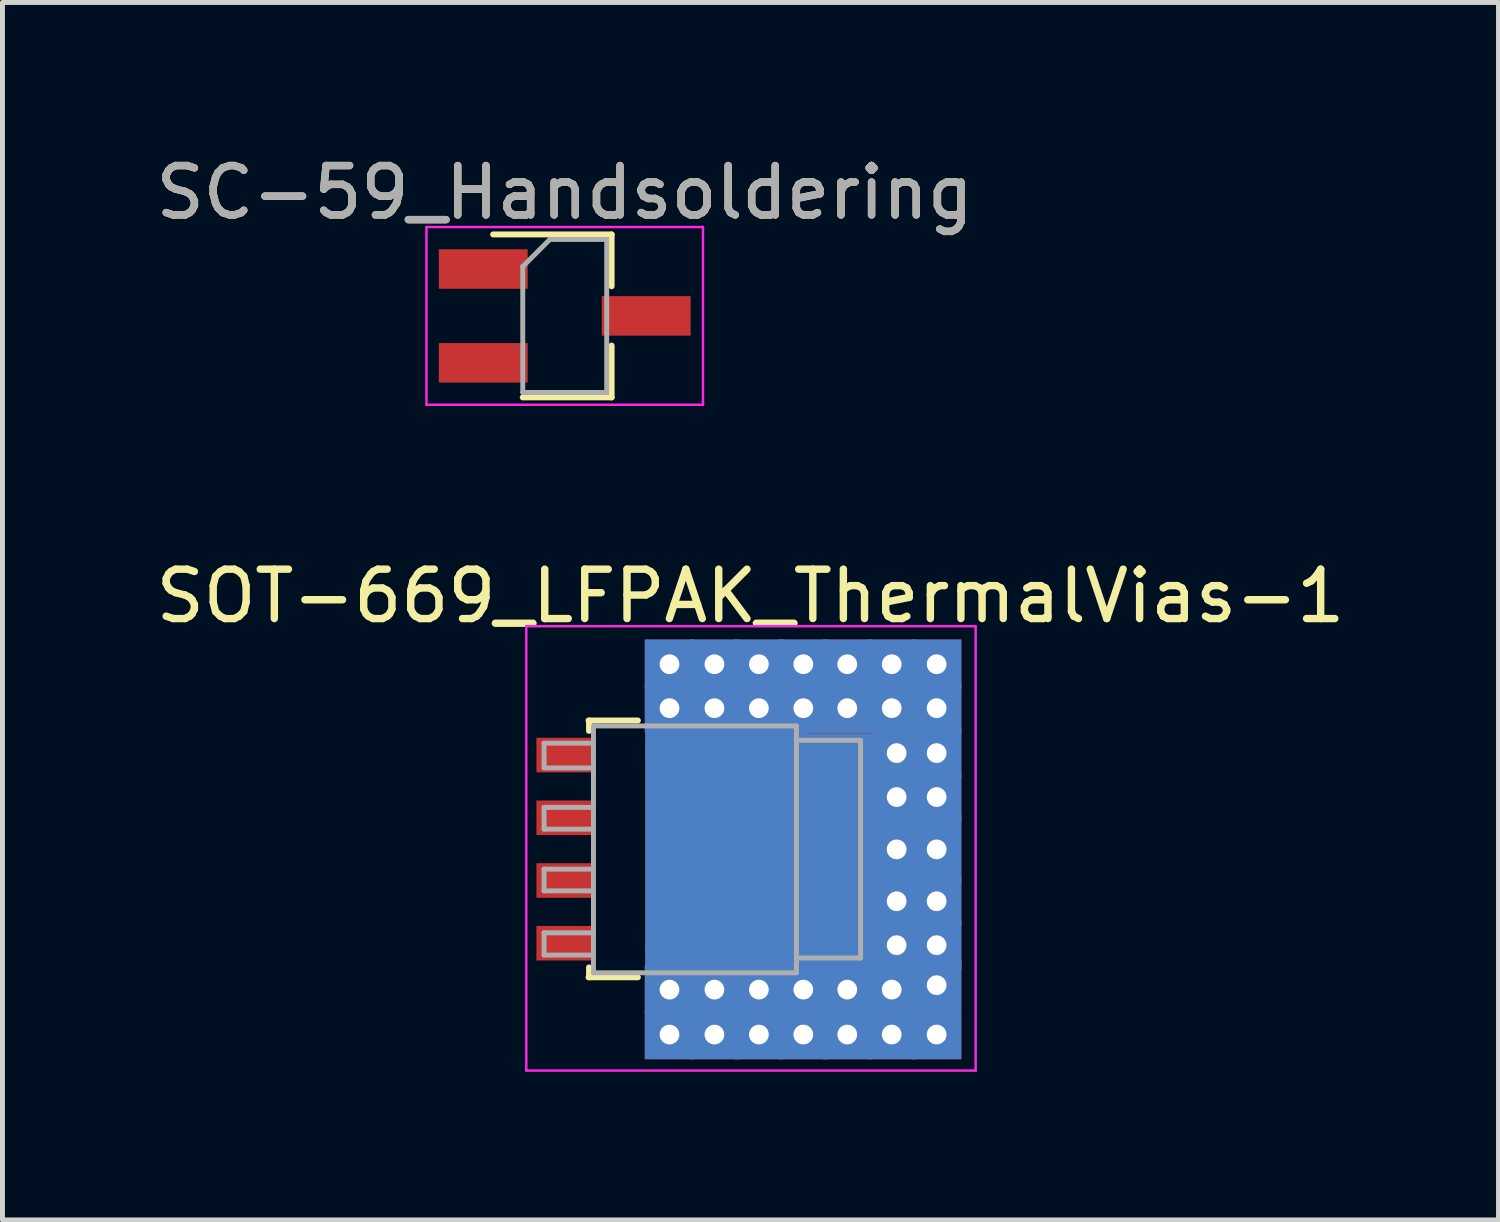
<source format=kicad_pcb>
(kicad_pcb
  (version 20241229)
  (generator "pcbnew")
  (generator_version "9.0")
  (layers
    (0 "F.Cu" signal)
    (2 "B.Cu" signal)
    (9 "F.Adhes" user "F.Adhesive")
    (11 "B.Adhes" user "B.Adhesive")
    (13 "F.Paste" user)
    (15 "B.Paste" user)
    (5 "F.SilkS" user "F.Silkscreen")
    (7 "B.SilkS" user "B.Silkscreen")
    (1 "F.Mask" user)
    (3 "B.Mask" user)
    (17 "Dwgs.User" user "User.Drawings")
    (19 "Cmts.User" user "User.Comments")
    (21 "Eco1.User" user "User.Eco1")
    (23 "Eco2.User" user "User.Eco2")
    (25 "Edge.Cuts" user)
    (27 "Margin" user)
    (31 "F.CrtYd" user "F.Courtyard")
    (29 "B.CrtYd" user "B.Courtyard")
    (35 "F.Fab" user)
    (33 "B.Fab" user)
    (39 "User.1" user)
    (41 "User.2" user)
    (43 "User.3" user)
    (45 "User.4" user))
  (footprint "SC-59_Handsoldering"
    (layer "F.Cu")
    (at 8.387 3.348)
    (property "Reference" "SC-59_Handsoldering" (at 0 -2.5 0) (layer "F.SilkS") (effects (font (size 1 1) (thickness 0.15))))
    (attr smd)
    (fp_line (start -1.45 -1.65) (end 0.95 -1.65) (stroke (width 0.12) (type solid)) (layer "F.SilkS"))
    (fp_line (start -0.85 1.65) (end 0.95 1.65) (stroke (width 0.12) (type solid)) (layer "F.SilkS"))
    (fp_line (start 0.95 -1.65) (end 0.95 -0.6) (stroke (width 0.12) (type solid)) (layer "F.SilkS"))
    (fp_line (start 0.95 1.65) (end 0.95 0.6) (stroke (width 0.12) (type solid)) (layer "F.SilkS"))
    (fp_line (start -2.8 -1.8) (end -2.8 1.8) (stroke (width 0.05) (type solid)) (layer "F.CrtYd"))
    (fp_line (start -2.8 -1.8) (end 2.8 -1.8) (stroke (width 0.05) (type solid)) (layer "F.CrtYd"))
    (fp_line (start 2.8 1.8) (end -2.8 1.8) (stroke (width 0.05) (type solid)) (layer "F.CrtYd"))
    (fp_line (start 2.8 1.8) (end 2.8 -1.8) (stroke (width 0.05) (type solid)) (layer "F.CrtYd"))
    (fp_line (start -0.85 1.55) (end -0.85 -1) (stroke (width 0.1) (type solid)) (layer "F.Fab"))
    (fp_line (start -0.85 1.55) (end 0.85 1.55) (stroke (width 0.1) (type solid)) (layer "F.Fab"))
    (fp_line (start -0.3 -1.55) (end -0.85 -1) (stroke (width 0.1) (type solid)) (layer "F.Fab"))
    (fp_line (start -0.3 -1.55) (end 0.85 -1.55) (stroke (width 0.1) (type solid)) (layer "F.Fab"))
    (fp_line (start 0.85 -1.52) (end 0.85 1.52) (stroke (width 0.1) (type solid)) (layer "F.Fab"))
    (fp_text user "${REFERENCE}" (at 0 -2.5 0) (layer "F.Fab") (effects (font (size 1 1) (thickness 0.15))))
    (pad "1" smd rect (at -1.65 -0.95) (size 1.8 0.8) (layers "F.Cu" "F.Mask" "F.Paste"))
    (pad "2" smd rect (at -1.65 0.95) (size 1.8 0.8) (layers "F.Cu" "F.Mask" "F.Paste"))
    (pad "3" smd rect (at 1.65 0) (size 1.8 0.8) (layers "F.Cu" "F.Mask" "F.Paste")))
  (footprint "SOT-669_LFPAK_ThermalVias-1"
    (layer "F.Cu")
    (at 8.389 12.242)
    (property "Reference" "SOT-669_LFPAK_ThermalVias-1" (at 3.76 -3.22 0) (layer "F.SilkS") (effects (font (size 1 1) (thickness 0.15))))
    (attr through_hole)
    (fp_line (start 0.48 -0.7) (end 1.48 -0.7) (stroke (width 0.12) (type solid)) (layer "F.SilkS"))
    (fp_line (start 0.48 4.5) (end 1.48 4.5) (stroke (width 0.12) (type solid)) (layer "F.SilkS"))
    (fp_line (start 0.49 -0.7) (end 0.49 -0.49) (stroke (width 0.12) (type solid)) (layer "F.SilkS"))
    (fp_line (start 0.49 4.3) (end 0.49 4.5) (stroke (width 0.12) (type solid)) (layer "F.SilkS"))
    (fp_line (start -0.78 6.39) (end -0.78 -2.61) (stroke (width 0.05) (type solid)) (layer "F.CrtYd"))
    (fp_line (start -0.78 6.39) (end 8.32 6.39) (stroke (width 0.05) (type solid)) (layer "F.CrtYd"))
    (fp_line (start 8.32 -2.61) (end -0.78 -2.61) (stroke (width 0.05) (type solid)) (layer "F.CrtYd"))
    (fp_line (start 8.32 -2.61) (end 8.32 6.39) (stroke (width 0.05) (type solid)) (layer "F.CrtYd"))
    (fp_line (start -0.42 -0.24) (end -0.42 0.26) (stroke (width 0.1) (type solid)) (layer "F.Fab"))
    (fp_line (start -0.42 -0.24) (end 0.58 -0.24) (stroke (width 0.1) (type solid)) (layer "F.Fab"))
    (fp_line (start -0.42 0.26) (end 0.58 0.26) (stroke (width 0.1) (type solid)) (layer "F.Fab"))
    (fp_line (start -0.42 1.06) (end -0.42 1.5) (stroke (width 0.1) (type solid)) (layer "F.Fab"))
    (fp_line (start -0.42 1.5) (end 0.58 1.5) (stroke (width 0.1) (type solid)) (layer "F.Fab"))
    (fp_line (start -0.42 2.31) (end -0.42 2.75) (stroke (width 0.1) (type solid)) (layer "F.Fab"))
    (fp_line (start -0.42 2.75) (end 0.58 2.75) (stroke (width 0.1) (type solid)) (layer "F.Fab"))
    (fp_line (start -0.42 3.6) (end -0.42 4.05) (stroke (width 0.1) (type solid)) (layer "F.Fab"))
    (fp_line (start -0.42 4.05) (end 0.58 4.05) (stroke (width 0.1) (type solid)) (layer "F.Fab"))
    (fp_line (start 0.58 -0.59) (end 0.58 4.41) (stroke (width 0.1) (type solid)) (layer "F.Fab"))
    (fp_line (start 0.58 1.06) (end -0.42 1.06) (stroke (width 0.1) (type solid)) (layer "F.Fab"))
    (fp_line (start 0.58 2.31) (end -0.42 2.31) (stroke (width 0.1) (type solid)) (layer "F.Fab"))
    (fp_line (start 0.58 3.6) (end -0.42 3.6) (stroke (width 0.1) (type solid)) (layer "F.Fab"))
    (fp_line (start 0.58 4.41) (end 4.69 4.41) (stroke (width 0.1) (type solid)) (layer "F.Fab"))
    (fp_line (start 4.69 -0.59) (end 0.58 -0.59) (stroke (width 0.1) (type solid)) (layer "F.Fab"))
    (fp_line (start 4.69 4.41) (end 4.69 -0.59) (stroke (width 0.1) (type solid)) (layer "F.Fab"))
    (fp_line (start 5.99 -0.3) (end 4.69 -0.3) (stroke (width 0.1) (type solid)) (layer "F.Fab"))
    (fp_line (start 5.99 -0.3) (end 5.99 4.11) (stroke (width 0.1) (type solid)) (layer "F.Fab"))
    (fp_line (start 5.99 4.11) (end 4.69 4.11) (stroke (width 0.1) (type solid)) (layer "F.Fab"))
    (pad "" smd rect (at 2.18 0.76) (size 0.6 0.9) (layers "F.Paste"))
    (pad "" smd rect (at 2.18 1.91) (size 0.6 0.9) (layers "F.Paste"))
    (pad "" smd rect (at 2.18 3.05) (size 0.6 0.9) (layers "F.Paste"))
    (pad "" smd rect (at 3.03 0.76) (size 0.6 0.9) (layers "F.Paste"))
    (pad "" smd rect (at 3.03 1.91) (size 0.6 0.9) (layers "F.Paste"))
    (pad "" smd rect (at 3.03 3.05) (size 0.6 0.9) (layers "F.Paste"))
    (pad "" smd rect (at 3.88 0.76) (size 0.6 0.9) (layers "F.Paste"))
    (pad "" smd rect (at 3.88 1.91) (size 0.6 0.9) (layers "F.Paste"))
    (pad "" smd rect (at 3.88 3.05) (size 0.6 0.9) (layers "F.Paste"))
    (pad "" smd rect (at 5.72 0.03 270) (size 0.6 0.9) (layers "F.Paste"))
    (pad "" smd rect (at 5.72 1.31 270) (size 0.6 0.9) (layers "F.Paste"))
    (pad "" smd rect (at 5.72 2.5 270) (size 0.6 0.9) (layers "F.Paste"))
    (pad "" smd rect (at 5.72 3.78 270) (size 0.6 0.9) (layers "F.Paste"))
    (pad "1" smd rect (at 0 0 270) (size 0.7 1.15) (layers "F.Cu" "F.Mask" "F.Paste"))
    (pad "2" smd rect (at 0 1.27 270) (size 0.7 1.15) (layers "F.Cu" "F.Mask" "F.Paste"))
    (pad "3" smd rect (at 0 2.54 270) (size 0.7 1.15) (layers "F.Cu" "F.Mask" "F.Paste"))
    (pad "4" smd rect (at 0 3.81 270) (size 0.7 1.15) (layers "F.Cu" "F.Mask" "F.Paste"))
    (pad "5" thru_hole rect (at 2.12 -1.84 270) (size 1 1) (drill 0.4) (layers "*.Cu"))
    (pad "5" thru_hole rect (at 2.12 -0.95 270) (size 1 1) (drill 0.4) (layers "*.Cu"))
    (pad "5" thru_hole rect (at 2.12 4.75 270) (size 1 1) (drill 0.4) (layers "*.Cu"))
    (pad "5" thru_hole rect (at 2.12 5.66 270) (size 1 1) (drill 0.4) (layers "*.Cu"))
    (pad "5" thru_hole rect (at 3.03 -1.84 270) (size 1 1) (drill 0.4) (layers "*.Cu"))
    (pad "5" thru_hole rect (at 3.03 -0.95 270) (size 1 1) (drill 0.4) (layers "*.Cu"))
    (pad "5" thru_hole rect (at 3.03 4.75 270) (size 1 1) (drill 0.4) (layers "*.Cu"))
    (pad "5" thru_hole rect (at 3.03 5.66 270) (size 1 1) (drill 0.4) (layers "*.Cu"))
    (pad "5" smd rect (at 3.28 -0.3 270) (size 0.6 3.3) (layers "F.Cu"))
    (pad "5" smd rect (at 3.28 -0.3 270) (size 0.6 3.3) (layers "B.Cu"))
    (pad "5" smd rect (at 3.28 1.91 270) (size 4.2 3.3) (layers "F.Cu" "F.Mask"))
    (pad "5" smd rect (at 3.28 1.91 270) (size 4.2 3.3) (layers "F.Mask" "B.Cu"))
    (pad "5" smd rect (at 3.28 4.11 270) (size 0.6 3.3) (layers "F.Cu"))
    (pad "5" smd rect (at 3.28 4.11 270) (size 0.6 3.3) (layers "B.Cu"))
    (pad "5" thru_hole rect (at 3.93 -1.84 270) (size 1 1) (drill 0.4) (layers "*.Cu"))
    (pad "5" thru_hole rect (at 3.93 -0.95 270) (size 1 1) (drill 0.4) (layers "*.Cu"))
    (pad "5" thru_hole rect (at 3.93 4.75 270) (size 1 1) (drill 0.4) (layers "*.Cu"))
    (pad "5" thru_hole rect (at 3.93 5.66 270) (size 1 1) (drill 0.4) (layers "*.Cu"))
    (pad "5" smd rect (at 4.58 -0.34 270) (size 0.5 0.5) (layers "F.Cu"))
    (pad "5" smd rect (at 4.58 4.16 270) (size 0.5 0.5) (layers "F.Cu"))
    (pad "5" thru_hole rect (at 4.83 -1.84 270) (size 1 1) (drill 0.4) (layers "*.Cu"))
    (pad "5" thru_hole rect (at 4.83 -0.95 270) (size 1 1) (drill 0.4) (layers "*.Cu"))
    (pad "5" thru_hole rect (at 4.83 4.75 270) (size 1 1) (drill 0.4) (layers "*.Cu"))
    (pad "5" thru_hole rect (at 4.83 5.66 270) (size 1 1) (drill 0.4) (layers "*.Cu"))
    (pad "5" smd rect (at 5.47 1.91 270) (size 4.7 1.55) (layers "F.Cu" "F.Mask"))
    (pad "5" smd rect (at 5.47 1.91 270) (size 4.7 1.55) (layers "F.Mask" "B.Cu"))
    (pad "5" thru_hole rect (at 5.72 -1.84 270) (size 1 1) (drill 0.4) (layers "*.Cu"))
    (pad "5" thru_hole rect (at 5.72 -0.95 270) (size 1 1) (drill 0.4) (layers "*.Cu"))
    (pad "5" thru_hole rect (at 5.72 4.75 270) (size 1 1) (drill 0.4) (layers "*.Cu"))
    (pad "5" thru_hole rect (at 5.72 5.66 270) (size 1 1) (drill 0.4) (layers "*.Cu"))
    (pad "5" thru_hole rect (at 6.62 -1.84 270) (size 1 1) (drill 0.4) (layers "*.Cu"))
    (pad "5" thru_hole rect (at 6.62 -0.95 270) (size 1 1) (drill 0.4) (layers "*.Cu"))
    (pad "5" thru_hole rect (at 6.62 4.75 270) (size 1 1) (drill 0.4) (layers "*.Cu"))
    (pad "5" thru_hole rect (at 6.62 5.66 270) (size 1 1) (drill 0.4) (layers "*.Cu"))
    (pad "5" thru_hole rect (at 6.72 -0.04 270) (size 1 1) (drill 0.4) (layers "*.Cu"))
    (pad "5" thru_hole rect (at 6.72 0.85 270) (size 1 1) (drill 0.4) (layers "*.Cu"))
    (pad "5" thru_hole rect (at 6.72 1.91 270) (size 1.4 1) (drill 0.4) (layers "*.Cu"))
    (pad "5" thru_hole rect (at 6.72 2.96 270) (size 1 1) (drill 0.4) (layers "*.Cu"))
    (pad "5" thru_hole rect (at 6.72 3.85 270) (size 1 1) (drill 0.4) (layers "*.Cu"))
    (pad "5" thru_hole rect (at 7.53 -1.84 270) (size 1 1) (drill 0.4) (layers "*.Cu"))
    (pad "5" thru_hole rect (at 7.53 -0.95 270) (size 1 1) (drill 0.4) (layers "*.Cu"))
    (pad "5" thru_hole rect (at 7.53 -0.04 270) (size 1 1) (drill 0.4) (layers "*.Cu"))
    (pad "5" thru_hole rect (at 7.53 0.85 270) (size 1 1) (drill 0.4) (layers "*.Cu"))
    (pad "5" thru_hole rect (at 7.53 1.91 270) (size 1.4 1) (drill 0.4) (layers "*.Cu"))
    (pad "5" thru_hole rect (at 7.53 2.96 270) (size 1 1) (drill 0.4) (layers "*.Cu"))
    (pad "5" thru_hole rect (at 7.53 3.85 270) (size 1 1) (drill 0.4) (layers "*.Cu"))
    (pad "5" thru_hole rect (at 7.53 4.66 270) (size 1 1) (drill 0.4) (layers "*.Cu"))
    (pad "5" thru_hole rect (at 7.53 5.66 270) (size 1 1) (drill 0.4) (layers "*.Cu")))
  (gr_rect
    (start -3 -3)
    (end 27.298 21.657)
    (stroke (width 0.1) (type default))
    (fill no)
    (layer "Edge.Cuts")))
</source>
